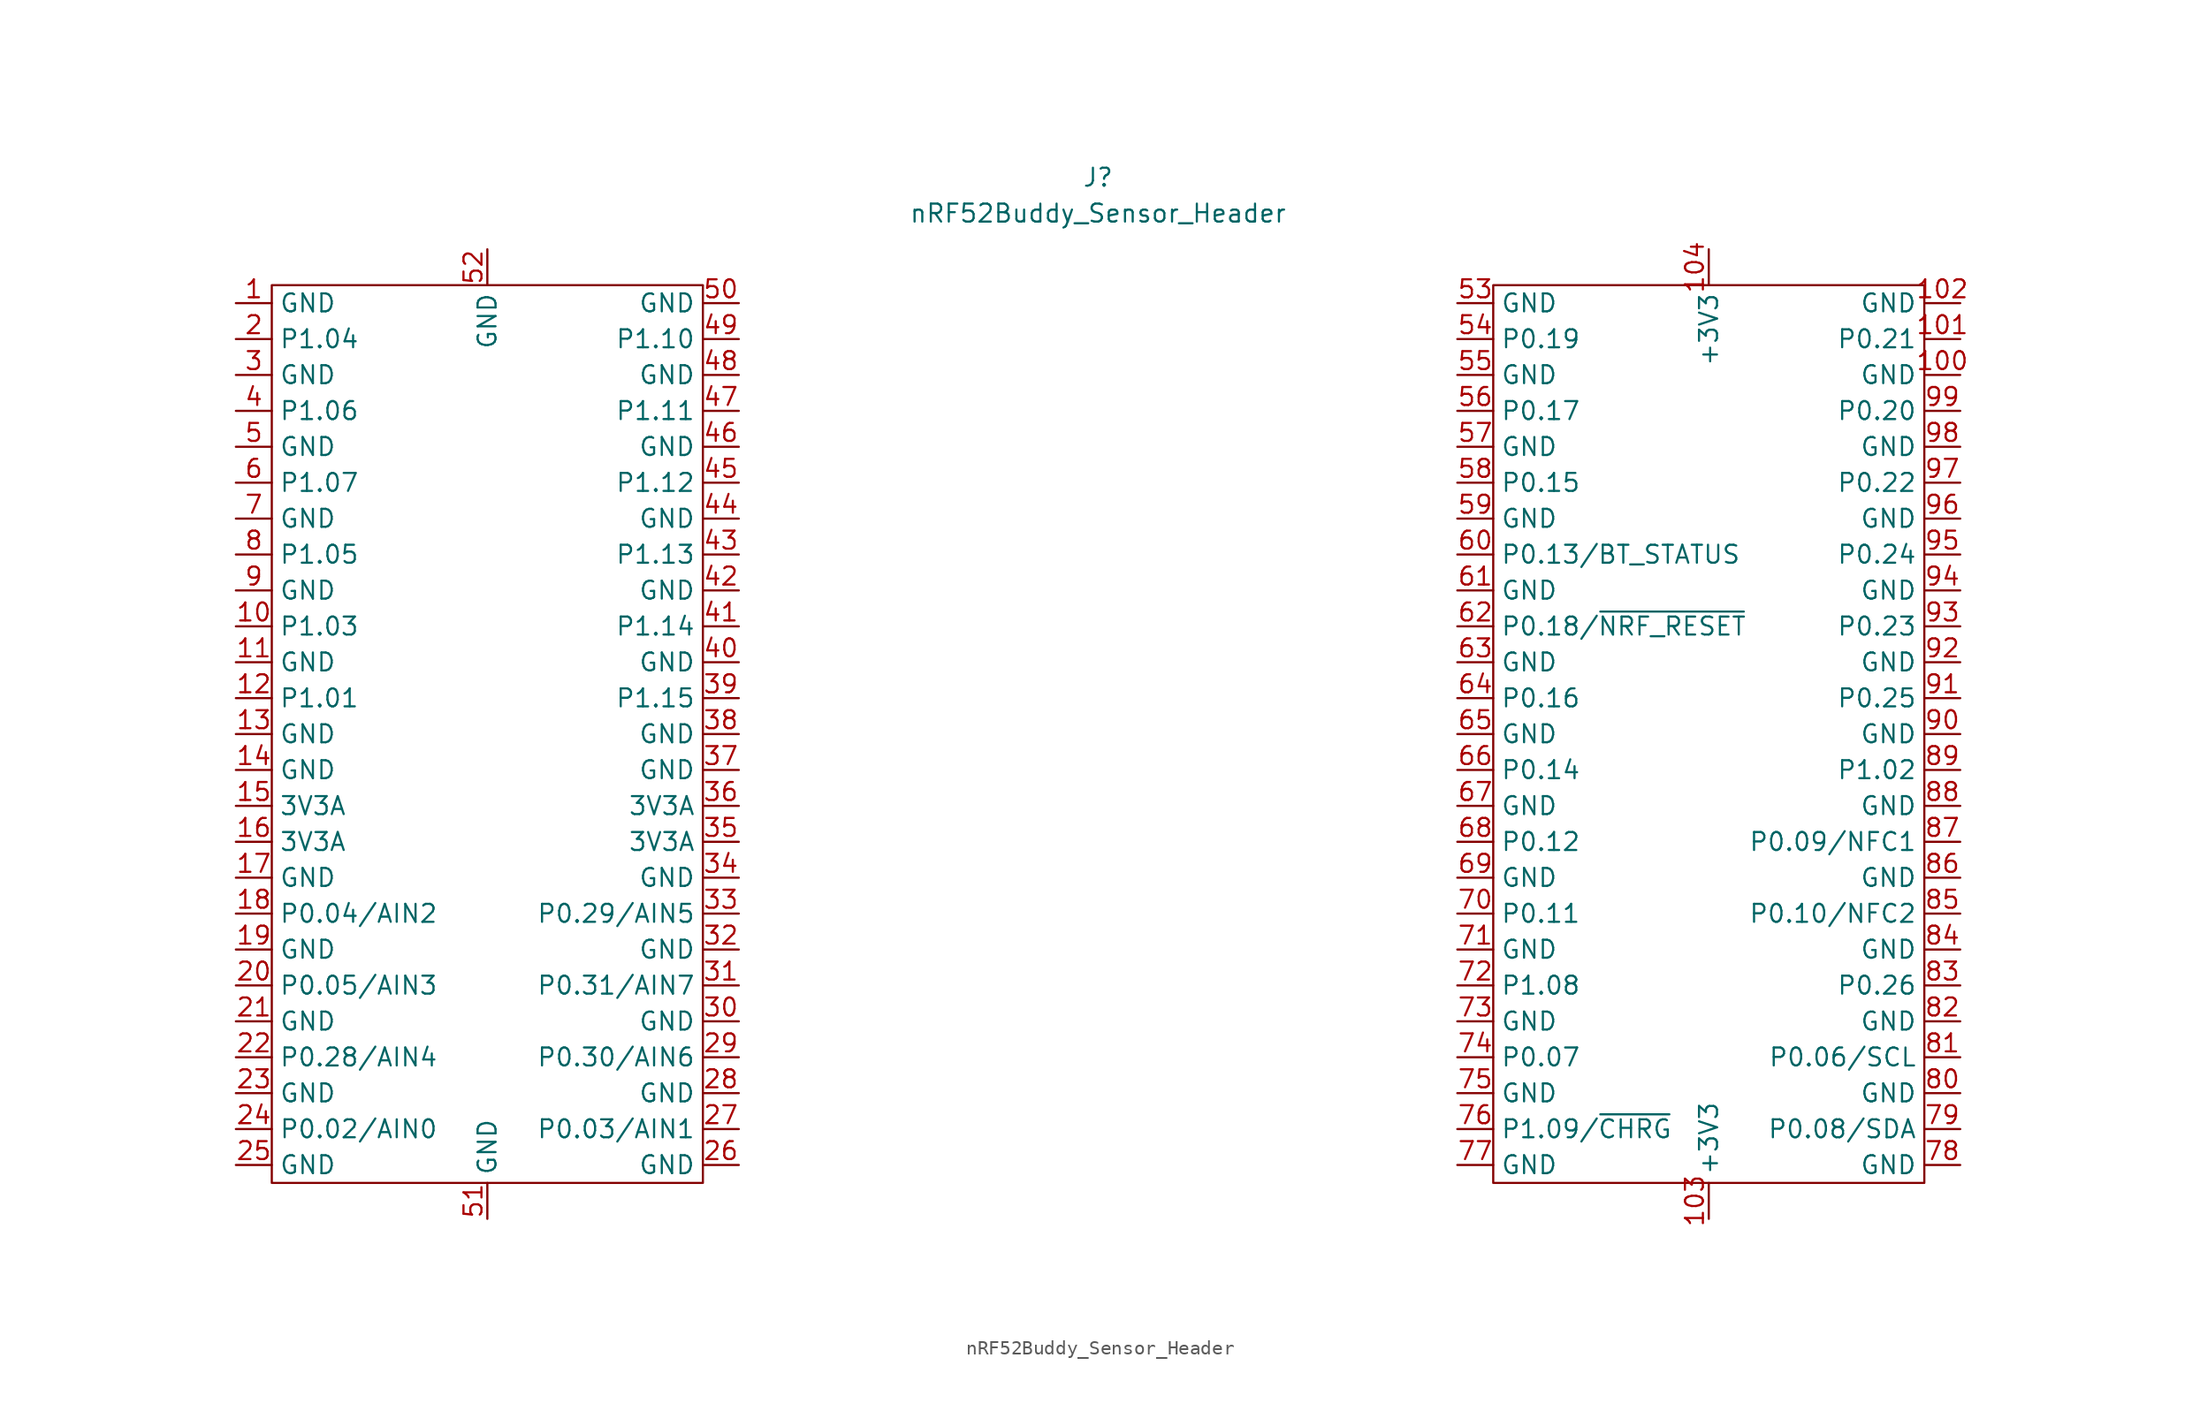
<source format=kicad_sym>
(kicad_symbol_lib
  (version 20220914)
  (generator kicad_symbol_editor)
  (symbol "nRF52Buddy_Sensor_Header"
    (property "Reference" "J"
      (at 0 39.37 0)
      (effects (font (size 1.27 1.27))))
    (property "Value" "nRF52Buddy_Sensor_Header"
      (at 0 36.83 0)
      (effects (font (size 1.27 1.27))))
    (symbol "nRF52Buddy_Sensor_Header_0_1"
      (rectangle (start -58.42 31.75) (end -27.94 -31.75) (stroke (width 0) (type default)) (fill (type none)))
      (rectangle (start 27.94 31.75) (end 58.42 -31.75) (stroke (width 0) (type default)) (fill (type none))))
    (symbol "nRF52Buddy_Sensor_Header_1_0"
      (pin bidirectional line (at -60.96 7.62 0) (length 2.54) (name "P1.03" (effects (font (size 1.27 1.27)))) (number "10" (effects (font (size 1.27 1.27)))))
      (pin bidirectional line (at 60.96 25.4 180) (length 2.54) (name "GND" (effects (font (size 1.27 1.27)))) (number "100" (effects (font (size 1.27 1.27)))))
      (pin bidirectional line (at 60.96 27.94 180) (length 2.54) (name "P0.21" (effects (font (size 1.27 1.27)))) (number "101" (effects (font (size 1.27 1.27)))))
      (pin bidirectional line (at 60.96 30.48 180) (length 2.54) (name "GND" (effects (font (size 1.27 1.27)))) (number "102" (effects (font (size 1.27 1.27)))))
      (pin bidirectional line (at -60.96 5.08 0) (length 2.54) (name "GND" (effects (font (size 1.27 1.27)))) (number "11" (effects (font (size 1.27 1.27)))))
      (pin bidirectional line (at -60.96 2.54 0) (length 2.54) (name "P1.01" (effects (font (size 1.27 1.27)))) (number "12" (effects (font (size 1.27 1.27)))))
      (pin bidirectional line (at -60.96 0 0) (length 2.54) (name "GND" (effects (font (size 1.27 1.27)))) (number "13" (effects (font (size 1.27 1.27)))))
      (pin bidirectional line (at -60.96 -2.54 0) (length 2.54) (name "GND" (effects (font (size 1.27 1.27)))) (number "14" (effects (font (size 1.27 1.27)))))
      (pin bidirectional line (at -60.96 -5.08 0) (length 2.54) (name "3V3A" (effects (font (size 1.27 1.27)))) (number "15" (effects (font (size 1.27 1.27)))))
      (pin bidirectional line (at -60.96 -7.62 0) (length 2.54) (name "3V3A" (effects (font (size 1.27 1.27)))) (number "16" (effects (font (size 1.27 1.27)))))
      (pin bidirectional line (at -60.96 -10.16 0) (length 2.54) (name "GND" (effects (font (size 1.27 1.27)))) (number "17" (effects (font (size 1.27 1.27)))))
      (pin bidirectional line (at -60.96 -12.7 0) (length 2.54) (name "P0.04/AIN2" (effects (font (size 1.27 1.27)))) (number "18" (effects (font (size 1.27 1.27)))))
      (pin bidirectional line (at -60.96 -15.24 0) (length 2.54) (name "GND" (effects (font (size 1.27 1.27)))) (number "19" (effects (font (size 1.27 1.27)))))
      (pin bidirectional line (at -60.96 27.94 0) (length 2.54) (name "P1.04" (effects (font (size 1.27 1.27)))) (number "2" (effects (font (size 1.27 1.27)))))
      (pin bidirectional line (at -60.96 -17.78 0) (length 2.54) (name "P0.05/AIN3" (effects (font (size 1.27 1.27)))) (number "20" (effects (font (size 1.27 1.27)))))
      (pin bidirectional line (at -60.96 -20.32 0) (length 2.54) (name "GND" (effects (font (size 1.27 1.27)))) (number "21" (effects (font (size 1.27 1.27)))))
      (pin bidirectional line (at -60.96 -22.86 0) (length 2.54) (name "P0.28/AIN4" (effects (font (size 1.27 1.27)))) (number "22" (effects (font (size 1.27 1.27)))))
      (pin bidirectional line (at -60.96 -25.4 0) (length 2.54) (name "GND" (effects (font (size 1.27 1.27)))) (number "23" (effects (font (size 1.27 1.27)))))
      (pin bidirectional line (at -60.96 -27.94 0) (length 2.54) (name "P0.02/AIN0" (effects (font (size 1.27 1.27)))) (number "24" (effects (font (size 1.27 1.27)))))
      (pin bidirectional line (at -60.96 -30.48 0) (length 2.54) (name "GND" (effects (font (size 1.27 1.27)))) (number "25" (effects (font (size 1.27 1.27)))))
      (pin bidirectional line (at -25.4 -30.48 180) (length 2.54) (name "GND" (effects (font (size 1.27 1.27)))) (number "26" (effects (font (size 1.27 1.27)))))
      (pin bidirectional line (at -25.4 -27.94 180) (length 2.54) (name "P0.03/AIN1" (effects (font (size 1.27 1.27)))) (number "27" (effects (font (size 1.27 1.27)))))
      (pin bidirectional line (at -25.4 -25.4 180) (length 2.54) (name "GND" (effects (font (size 1.27 1.27)))) (number "28" (effects (font (size 1.27 1.27)))))
      (pin bidirectional line (at -25.4 -22.86 180) (length 2.54) (name "P0.30/AIN6" (effects (font (size 1.27 1.27)))) (number "29" (effects (font (size 1.27 1.27)))))
      (pin bidirectional line (at -60.96 25.4 0) (length 2.54) (name "GND" (effects (font (size 1.27 1.27)))) (number "3" (effects (font (size 1.27 1.27)))))
      (pin bidirectional line (at -25.4 -20.32 180) (length 2.54) (name "GND" (effects (font (size 1.27 1.27)))) (number "30" (effects (font (size 1.27 1.27)))))
      (pin bidirectional line (at -25.4 -17.78 180) (length 2.54) (name "P0.31/AIN7" (effects (font (size 1.27 1.27)))) (number "31" (effects (font (size 1.27 1.27)))))
      (pin bidirectional line (at -25.4 -15.24 180) (length 2.54) (name "GND" (effects (font (size 1.27 1.27)))) (number "32" (effects (font (size 1.27 1.27)))))
      (pin bidirectional line (at -25.4 -12.7 180) (length 2.54) (name "P0.29/AIN5" (effects (font (size 1.27 1.27)))) (number "33" (effects (font (size 1.27 1.27)))))
      (pin bidirectional line (at -25.4 -10.16 180) (length 2.54) (name "GND" (effects (font (size 1.27 1.27)))) (number "34" (effects (font (size 1.27 1.27)))))
      (pin bidirectional line (at -25.4 -7.62 180) (length 2.54) (name "3V3A" (effects (font (size 1.27 1.27)))) (number "35" (effects (font (size 1.27 1.27)))))
      (pin bidirectional line (at -25.4 -5.08 180) (length 2.54) (name "3V3A" (effects (font (size 1.27 1.27)))) (number "36" (effects (font (size 1.27 1.27)))))
      (pin bidirectional line (at -25.4 -2.54 180) (length 2.54) (name "GND" (effects (font (size 1.27 1.27)))) (number "37" (effects (font (size 1.27 1.27)))))
      (pin bidirectional line (at -25.4 0 180) (length 2.54) (name "GND" (effects (font (size 1.27 1.27)))) (number "38" (effects (font (size 1.27 1.27)))))
      (pin bidirectional line (at -25.4 2.54 180) (length 2.54) (name "P1.15" (effects (font (size 1.27 1.27)))) (number "39" (effects (font (size 1.27 1.27)))))
      (pin bidirectional line (at -60.96 22.86 0) (length 2.54) (name "P1.06" (effects (font (size 1.27 1.27)))) (number "4" (effects (font (size 1.27 1.27)))))
      (pin bidirectional line (at -25.4 5.08 180) (length 2.54) (name "GND" (effects (font (size 1.27 1.27)))) (number "40" (effects (font (size 1.27 1.27)))))
      (pin bidirectional line (at -25.4 7.62 180) (length 2.54) (name "P1.14" (effects (font (size 1.27 1.27)))) (number "41" (effects (font (size 1.27 1.27)))))
      (pin bidirectional line (at -25.4 10.16 180) (length 2.54) (name "GND" (effects (font (size 1.27 1.27)))) (number "42" (effects (font (size 1.27 1.27)))))
      (pin bidirectional line (at -25.4 12.7 180) (length 2.54) (name "P1.13" (effects (font (size 1.27 1.27)))) (number "43" (effects (font (size 1.27 1.27)))))
      (pin bidirectional line (at -25.4 15.24 180) (length 2.54) (name "GND" (effects (font (size 1.27 1.27)))) (number "44" (effects (font (size 1.27 1.27)))))
      (pin bidirectional line (at -25.4 17.78 180) (length 2.54) (name "P1.12" (effects (font (size 1.27 1.27)))) (number "45" (effects (font (size 1.27 1.27)))))
      (pin bidirectional line (at -25.4 20.32 180) (length 2.54) (name "GND" (effects (font (size 1.27 1.27)))) (number "46" (effects (font (size 1.27 1.27)))))
      (pin bidirectional line (at -25.4 22.86 180) (length 2.54) (name "P1.11" (effects (font (size 1.27 1.27)))) (number "47" (effects (font (size 1.27 1.27)))))
      (pin bidirectional line (at -25.4 25.4 180) (length 2.54) (name "GND" (effects (font (size 1.27 1.27)))) (number "48" (effects (font (size 1.27 1.27)))))
      (pin bidirectional line (at -25.4 27.94 180) (length 2.54) (name "P1.10" (effects (font (size 1.27 1.27)))) (number "49" (effects (font (size 1.27 1.27)))))
      (pin bidirectional line (at -60.96 20.32 0) (length 2.54) (name "GND" (effects (font (size 1.27 1.27)))) (number "5" (effects (font (size 1.27 1.27)))))
      (pin bidirectional line (at -25.4 30.48 180) (length 2.54) (name "GND" (effects (font (size 1.27 1.27)))) (number "50" (effects (font (size 1.27 1.27)))))
      (pin bidirectional line (at 25.4 27.94 0) (length 2.54) (name "P0.19" (effects (font (size 1.27 1.27)))) (number "54" (effects (font (size 1.27 1.27)))))
      (pin bidirectional line (at 25.4 25.4 0) (length 2.54) (name "GND" (effects (font (size 1.27 1.27)))) (number "55" (effects (font (size 1.27 1.27)))))
      (pin bidirectional line (at 25.4 22.86 0) (length 2.54) (name "P0.17" (effects (font (size 1.27 1.27)))) (number "56" (effects (font (size 1.27 1.27)))))
      (pin bidirectional line (at 25.4 20.32 0) (length 2.54) (name "GND" (effects (font (size 1.27 1.27)))) (number "57" (effects (font (size 1.27 1.27)))))
      (pin bidirectional line (at 25.4 17.78 0) (length 2.54) (name "P0.15" (effects (font (size 1.27 1.27)))) (number "58" (effects (font (size 1.27 1.27)))))
      (pin bidirectional line (at 25.4 15.24 0) (length 2.54) (name "GND" (effects (font (size 1.27 1.27)))) (number "59" (effects (font (size 1.27 1.27)))))
      (pin bidirectional line (at -60.96 17.78 0) (length 2.54) (name "P1.07" (effects (font (size 1.27 1.27)))) (number "6" (effects (font (size 1.27 1.27)))))
      (pin bidirectional line (at 25.4 12.7 0) (length 2.54) (name "P0.13/BT_STATUS" (effects (font (size 1.27 1.27)))) (number "60" (effects (font (size 1.27 1.27)))))
      (pin bidirectional line (at 25.4 10.16 0) (length 2.54) (name "GND" (effects (font (size 1.27 1.27)))) (number "61" (effects (font (size 1.27 1.27)))))
      (pin bidirectional line (at 25.4 7.62 0) (length 2.54) (name "P0.18/~{NRF_RESET}" (effects (font (size 1.27 1.27)))) (number "62" (effects (font (size 1.27 1.27)))))
      (pin bidirectional line (at 25.4 5.08 0) (length 2.54) (name "GND" (effects (font (size 1.27 1.27)))) (number "63" (effects (font (size 1.27 1.27)))))
      (pin bidirectional line (at 25.4 2.54 0) (length 2.54) (name "P0.16" (effects (font (size 1.27 1.27)))) (number "64" (effects (font (size 1.27 1.27)))))
      (pin bidirectional line (at 25.4 0 0) (length 2.54) (name "GND" (effects (font (size 1.27 1.27)))) (number "65" (effects (font (size 1.27 1.27)))))
      (pin bidirectional line (at 25.4 -2.54 0) (length 2.54) (name "P0.14" (effects (font (size 1.27 1.27)))) (number "66" (effects (font (size 1.27 1.27)))))
      (pin bidirectional line (at 25.4 -5.08 0) (length 2.54) (name "GND" (effects (font (size 1.27 1.27)))) (number "67" (effects (font (size 1.27 1.27)))))
      (pin bidirectional line (at 25.4 -7.62 0) (length 2.54) (name "P0.12" (effects (font (size 1.27 1.27)))) (number "68" (effects (font (size 1.27 1.27)))))
      (pin bidirectional line (at 25.4 -10.16 0) (length 2.54) (name "GND" (effects (font (size 1.27 1.27)))) (number "69" (effects (font (size 1.27 1.27)))))
      (pin bidirectional line (at -60.96 15.24 0) (length 2.54) (name "GND" (effects (font (size 1.27 1.27)))) (number "7" (effects (font (size 1.27 1.27)))))
      (pin bidirectional line (at 25.4 -12.7 0) (length 2.54) (name "P0.11" (effects (font (size 1.27 1.27)))) (number "70" (effects (font (size 1.27 1.27)))))
      (pin bidirectional line (at 25.4 -15.24 0) (length 2.54) (name "GND" (effects (font (size 1.27 1.27)))) (number "71" (effects (font (size 1.27 1.27)))))
      (pin bidirectional line (at 25.4 -17.78 0) (length 2.54) (name "P1.08" (effects (font (size 1.27 1.27)))) (number "72" (effects (font (size 1.27 1.27)))))
      (pin bidirectional line (at 25.4 -20.32 0) (length 2.54) (name "GND" (effects (font (size 1.27 1.27)))) (number "73" (effects (font (size 1.27 1.27)))))
      (pin bidirectional line (at 25.4 -22.86 0) (length 2.54) (name "P0.07" (effects (font (size 1.27 1.27)))) (number "74" (effects (font (size 1.27 1.27)))))
      (pin bidirectional line (at 25.4 -25.4 0) (length 2.54) (name "GND" (effects (font (size 1.27 1.27)))) (number "75" (effects (font (size 1.27 1.27)))))
      (pin bidirectional line (at 25.4 -27.94 0) (length 2.54) (name "P1.09/~{CHRG}" (effects (font (size 1.27 1.27)))) (number "76" (effects (font (size 1.27 1.27)))))
      (pin bidirectional line (at 25.4 -30.48 0) (length 2.54) (name "GND" (effects (font (size 1.27 1.27)))) (number "77" (effects (font (size 1.27 1.27)))))
      (pin bidirectional line (at 60.96 -30.48 180) (length 2.54) (name "GND" (effects (font (size 1.27 1.27)))) (number "78" (effects (font (size 1.27 1.27)))))
      (pin bidirectional line (at 60.96 -27.94 180) (length 2.54) (name "P0.08/SDA" (effects (font (size 1.27 1.27)))) (number "79" (effects (font (size 1.27 1.27)))))
      (pin bidirectional line (at -60.96 12.7 0) (length 2.54) (name "P1.05" (effects (font (size 1.27 1.27)))) (number "8" (effects (font (size 1.27 1.27)))))
      (pin bidirectional line (at 60.96 -25.4 180) (length 2.54) (name "GND" (effects (font (size 1.27 1.27)))) (number "80" (effects (font (size 1.27 1.27)))))
      (pin bidirectional line (at 60.96 -22.86 180) (length 2.54) (name "P0.06/SCL" (effects (font (size 1.27 1.27)))) (number "81" (effects (font (size 1.27 1.27)))))
      (pin bidirectional line (at 60.96 -20.32 180) (length 2.54) (name "GND" (effects (font (size 1.27 1.27)))) (number "82" (effects (font (size 1.27 1.27)))))
      (pin bidirectional line (at 60.96 -17.78 180) (length 2.54) (name "P0.26" (effects (font (size 1.27 1.27)))) (number "83" (effects (font (size 1.27 1.27)))))
      (pin bidirectional line (at 60.96 -15.24 180) (length 2.54) (name "GND" (effects (font (size 1.27 1.27)))) (number "84" (effects (font (size 1.27 1.27)))))
      (pin bidirectional line (at 60.96 -12.7 180) (length 2.54) (name "P0.10/NFC2" (effects (font (size 1.27 1.27)))) (number "85" (effects (font (size 1.27 1.27)))))
      (pin bidirectional line (at 60.96 -10.16 180) (length 2.54) (name "GND" (effects (font (size 1.27 1.27)))) (number "86" (effects (font (size 1.27 1.27)))))
      (pin bidirectional line (at 60.96 -7.62 180) (length 2.54) (name "P0.09/NFC1" (effects (font (size 1.27 1.27)))) (number "87" (effects (font (size 1.27 1.27)))))
      (pin bidirectional line (at 60.96 -5.08 180) (length 2.54) (name "GND" (effects (font (size 1.27 1.27)))) (number "88" (effects (font (size 1.27 1.27)))))
      (pin bidirectional line (at 60.96 -2.54 180) (length 2.54) (name "P1.02" (effects (font (size 1.27 1.27)))) (number "89" (effects (font (size 1.27 1.27)))))
      (pin bidirectional line (at -60.96 10.16 0) (length 2.54) (name "GND" (effects (font (size 1.27 1.27)))) (number "9" (effects (font (size 1.27 1.27)))))
      (pin bidirectional line (at 60.96 0 180) (length 2.54) (name "GND" (effects (font (size 1.27 1.27)))) (number "90" (effects (font (size 1.27 1.27)))))
      (pin bidirectional line (at 60.96 2.54 180) (length 2.54) (name "P0.25" (effects (font (size 1.27 1.27)))) (number "91" (effects (font (size 1.27 1.27)))))
      (pin bidirectional line (at 60.96 5.08 180) (length 2.54) (name "GND" (effects (font (size 1.27 1.27)))) (number "92" (effects (font (size 1.27 1.27)))))
      (pin bidirectional line (at 60.96 7.62 180) (length 2.54) (name "P0.23" (effects (font (size 1.27 1.27)))) (number "93" (effects (font (size 1.27 1.27)))))
      (pin bidirectional line (at 60.96 10.16 180) (length 2.54) (name "GND" (effects (font (size 1.27 1.27)))) (number "94" (effects (font (size 1.27 1.27)))))
      (pin bidirectional line (at 60.96 12.7 180) (length 2.54) (name "P0.24" (effects (font (size 1.27 1.27)))) (number "95" (effects (font (size 1.27 1.27)))))
      (pin bidirectional line (at 60.96 15.24 180) (length 2.54) (name "GND" (effects (font (size 1.27 1.27)))) (number "96" (effects (font (size 1.27 1.27)))))
      (pin bidirectional line (at 60.96 17.78 180) (length 2.54) (name "P0.22" (effects (font (size 1.27 1.27)))) (number "97" (effects (font (size 1.27 1.27)))))
      (pin bidirectional line (at 60.96 20.32 180) (length 2.54) (name "GND" (effects (font (size 1.27 1.27)))) (number "98" (effects (font (size 1.27 1.27)))))
      (pin bidirectional line (at 60.96 22.86 180) (length 2.54) (name "P0.20" (effects (font (size 1.27 1.27)))) (number "99" (effects (font (size 1.27 1.27))))))
    (symbol "nRF52Buddy_Sensor_Header_1_1"
      (pin bidirectional line (at -60.96 30.48 0) (length 2.54) (name "GND" (effects (font (size 1.27 1.27)))) (number "1" (effects (font (size 1.27 1.27)))))
      (pin bidirectional line (at 43.18 -34.29 90) (length 2.54) (name "+3V3" (effects (font (size 1.27 1.27)))) (number "103" (effects (font (size 1.27 1.27)))))
      (pin bidirectional line (at 43.18 34.29 270) (length 2.54) (name "+3V3" (effects (font (size 1.27 1.27)))) (number "104" (effects (font (size 1.27 1.27)))))
      (pin bidirectional line (at -43.18 -34.29 90) (length 2.54) (name "GND" (effects (font (size 1.27 1.27)))) (number "51" (effects (font (size 1.27 1.27)))))
      (pin bidirectional line (at -43.18 34.29 270) (length 2.54) (name "GND" (effects (font (size 1.27 1.27)))) (number "52" (effects (font (size 1.27 1.27)))))
      (pin bidirectional line (at 25.4 30.48 0) (length 2.54) (name "GND" (effects (font (size 1.27 1.27)))) (number "53" (effects (font (size 1.27 1.27))))))))
</source>
